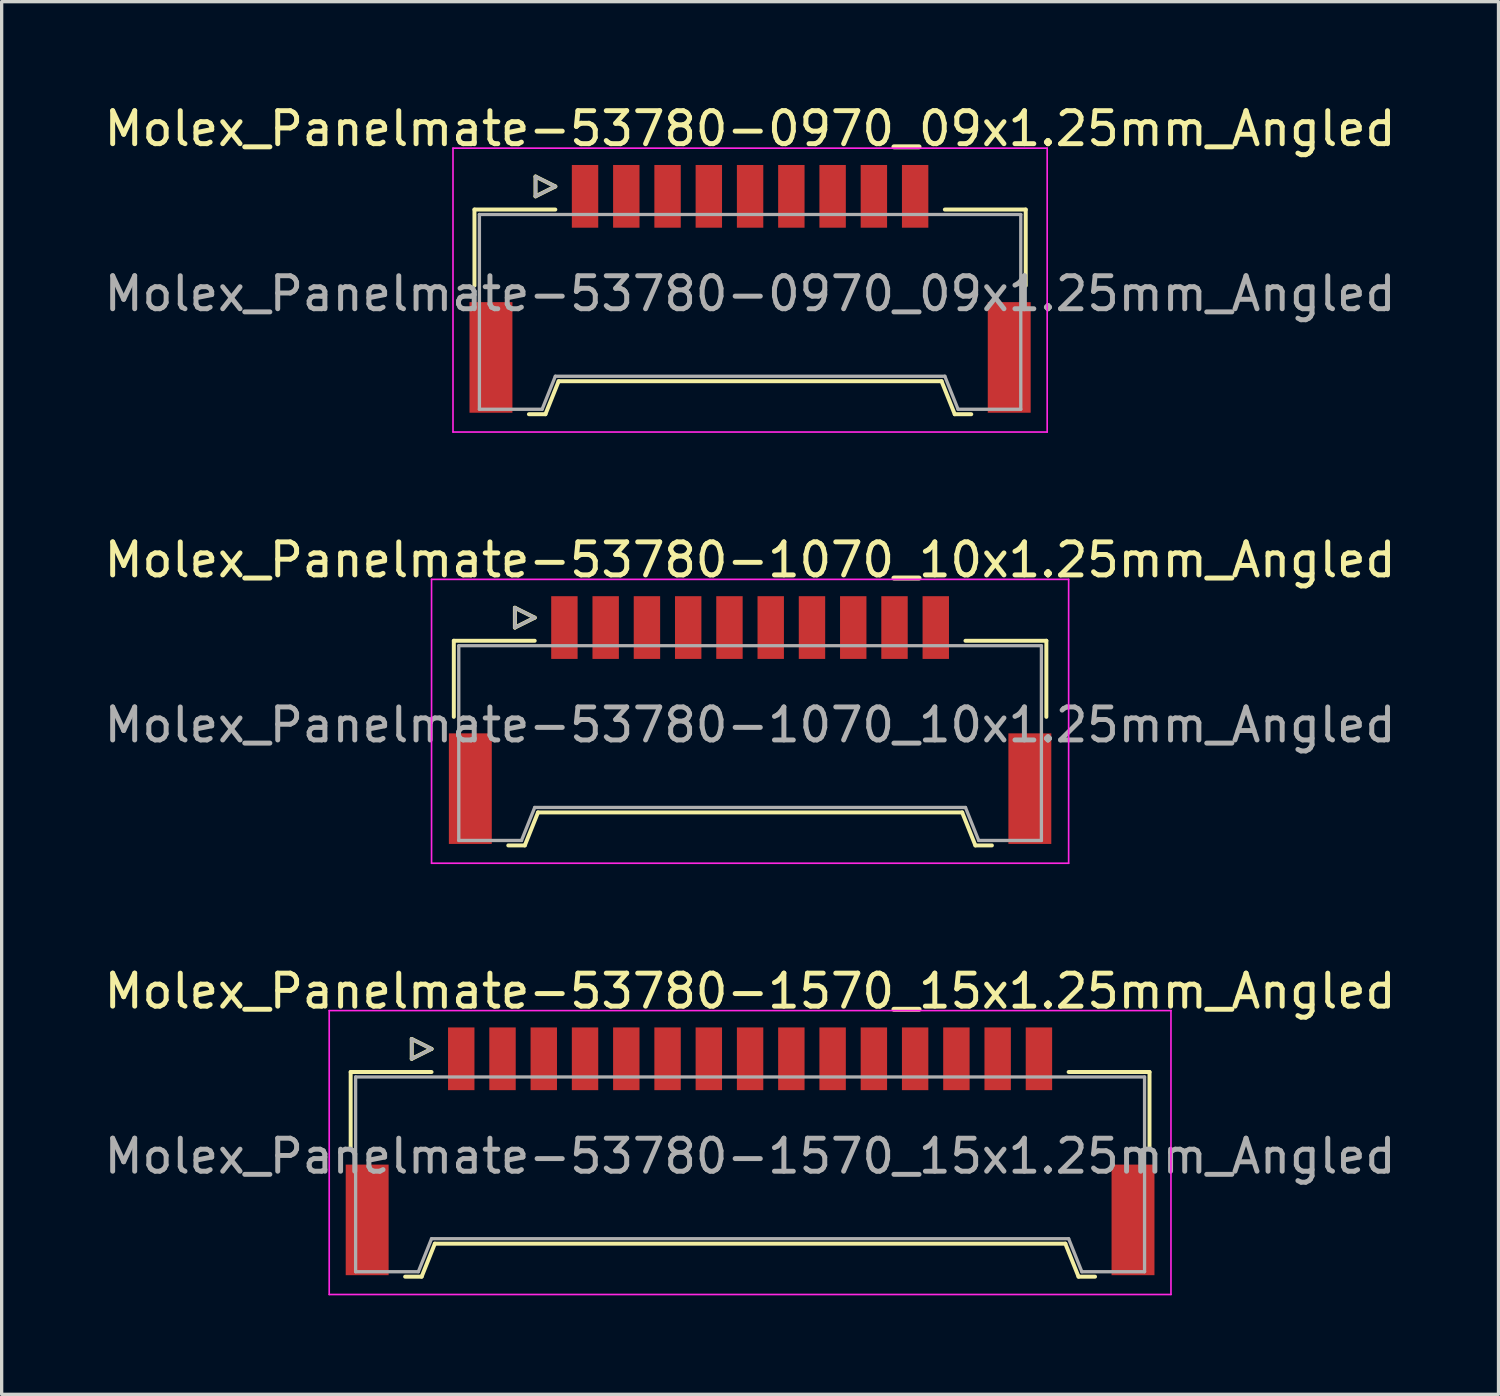
<source format=kicad_pcb>
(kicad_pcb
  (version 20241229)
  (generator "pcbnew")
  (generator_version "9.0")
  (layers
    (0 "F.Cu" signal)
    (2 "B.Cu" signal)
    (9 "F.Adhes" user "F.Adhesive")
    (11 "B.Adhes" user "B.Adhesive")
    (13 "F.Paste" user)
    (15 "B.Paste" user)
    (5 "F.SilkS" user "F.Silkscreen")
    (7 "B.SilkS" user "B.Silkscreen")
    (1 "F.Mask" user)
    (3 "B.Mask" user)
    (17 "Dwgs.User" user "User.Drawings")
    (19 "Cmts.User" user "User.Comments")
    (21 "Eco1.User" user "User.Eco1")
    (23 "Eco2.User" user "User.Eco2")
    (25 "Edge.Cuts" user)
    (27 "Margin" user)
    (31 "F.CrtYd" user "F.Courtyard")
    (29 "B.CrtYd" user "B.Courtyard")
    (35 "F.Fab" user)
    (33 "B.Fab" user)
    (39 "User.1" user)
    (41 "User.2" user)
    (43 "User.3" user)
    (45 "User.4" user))
  (footprint "Molex_Panelmate-53780-1070_10x1.25mm_Angled"
    (layer "F.Cu")
    (at 19.673 18.401)
    (property "Reference" "Molex_Panelmate-53780-1070_10x1.25mm_Angled" (at 0 -4.49 0) (layer "F.SilkS") (effects (font (size 1 1) (thickness 0.15))))
    (attr smd)
    (fp_line (start -8.975 -2.04) (end -8.975 0.265) (stroke (width 0.12) (type solid)) (layer "F.SilkS"))
    (fp_line (start -7.325 4.16) (end -6.825 4.16) (stroke (width 0.12) (type solid)) (layer "F.SilkS"))
    (fp_line (start -7.125 -3.04) (end -7.125 -2.44) (stroke (width 0.12) (type solid)) (layer "F.SilkS"))
    (fp_line (start -7.125 -2.44) (end -6.525 -2.74) (stroke (width 0.12) (type solid)) (layer "F.SilkS"))
    (fp_line (start -6.825 4.16) (end -6.425 3.16) (stroke (width 0.12) (type solid)) (layer "F.SilkS"))
    (fp_line (start -6.525 -2.74) (end -7.125 -3.04) (stroke (width 0.12) (type solid)) (layer "F.SilkS"))
    (fp_line (start -6.525 -2.04) (end -8.975 -2.04) (stroke (width 0.12) (type solid)) (layer "F.SilkS"))
    (fp_line (start -6.425 3.16) (end 6.425 3.16) (stroke (width 0.12) (type solid)) (layer "F.SilkS"))
    (fp_line (start 6.425 3.16) (end 6.825 4.16) (stroke (width 0.12) (type solid)) (layer "F.SilkS"))
    (fp_line (start 6.525 -2.04) (end 8.975 -2.04) (stroke (width 0.12) (type solid)) (layer "F.SilkS"))
    (fp_line (start 6.825 4.16) (end 7.325 4.16) (stroke (width 0.12) (type solid)) (layer "F.SilkS"))
    (fp_line (start 8.975 -2.04) (end 8.975 0.265) (stroke (width 0.12) (type solid)) (layer "F.SilkS"))
    (fp_line (start -9.65 -3.9) (end -9.65 4.7) (stroke (width 0.05) (type solid)) (layer "F.CrtYd"))
    (fp_line (start -9.65 4.7) (end 9.65 4.7) (stroke (width 0.05) (type solid)) (layer "F.CrtYd"))
    (fp_line (start 9.65 -3.9) (end -9.65 -3.9) (stroke (width 0.05) (type solid)) (layer "F.CrtYd"))
    (fp_line (start 9.65 4.7) (end 9.65 -3.9) (stroke (width 0.05) (type solid)) (layer "F.CrtYd"))
    (fp_line (start -8.825 -1.89) (end -8.825 4.01) (stroke (width 0.1) (type solid)) (layer "F.Fab"))
    (fp_line (start -8.825 4.01) (end -6.925 4.01) (stroke (width 0.1) (type solid)) (layer "F.Fab"))
    (fp_line (start -7.125 -3.04) (end -7.125 -2.44) (stroke (width 0.1) (type solid)) (layer "F.Fab"))
    (fp_line (start -7.125 -2.44) (end -6.525 -2.74) (stroke (width 0.1) (type solid)) (layer "F.Fab"))
    (fp_line (start -6.925 4.01) (end -6.525 3.01) (stroke (width 0.1) (type solid)) (layer "F.Fab"))
    (fp_line (start -6.525 -2.74) (end -7.125 -3.04) (stroke (width 0.1) (type solid)) (layer "F.Fab"))
    (fp_line (start -6.525 3.01) (end 6.525 3.01) (stroke (width 0.1) (type solid)) (layer "F.Fab"))
    (fp_line (start 6.525 3.01) (end 6.925 4.01) (stroke (width 0.1) (type solid)) (layer "F.Fab"))
    (fp_line (start 6.925 4.01) (end 8.825 4.01) (stroke (width 0.1) (type solid)) (layer "F.Fab"))
    (fp_line (start 8.825 -1.89) (end -8.825 -1.89) (stroke (width 0.1) (type solid)) (layer "F.Fab"))
    (fp_line (start 8.825 4.01) (end 8.825 -1.89) (stroke (width 0.1) (type solid)) (layer "F.Fab"))
    (fp_text user "${REFERENCE}" (at 0 0.51 0) (layer "F.Fab") (effects (font (size 1 1) (thickness 0.15))))
    (pad "" smd rect (at -8.475 2.44) (size 1.3 3.35) (layers "F.Cu" "F.Mask" "F.Paste"))
    (pad "" smd rect (at 8.475 2.44) (size 1.3 3.35) (layers "F.Cu" "F.Mask" "F.Paste"))
    (pad "1" smd rect (at -5.625 -2.44) (size 0.8 1.9) (layers "F.Cu" "F.Mask" "F.Paste"))
    (pad "2" smd rect (at -4.375 -2.44) (size 0.8 1.9) (layers "F.Cu" "F.Mask" "F.Paste"))
    (pad "3" smd rect (at -3.125 -2.44) (size 0.8 1.9) (layers "F.Cu" "F.Mask" "F.Paste"))
    (pad "4" smd rect (at -1.875 -2.44) (size 0.8 1.9) (layers "F.Cu" "F.Mask" "F.Paste"))
    (pad "5" smd rect (at -0.625 -2.44) (size 0.8 1.9) (layers "F.Cu" "F.Mask" "F.Paste"))
    (pad "6" smd rect (at 0.625 -2.44) (size 0.8 1.9) (layers "F.Cu" "F.Mask" "F.Paste"))
    (pad "7" smd rect (at 1.875 -2.44) (size 0.8 1.9) (layers "F.Cu" "F.Mask" "F.Paste"))
    (pad "8" smd rect (at 3.125 -2.44) (size 0.8 1.9) (layers "F.Cu" "F.Mask" "F.Paste"))
    (pad "9" smd rect (at 4.375 -2.44) (size 0.8 1.9) (layers "F.Cu" "F.Mask" "F.Paste"))
    (pad "10" smd rect (at 5.625 -2.44) (size 0.8 1.9) (layers "F.Cu" "F.Mask" "F.Paste")))
  (footprint "Molex_Panelmate-53780-0970_09x1.25mm_Angled"
    (layer "F.Cu")
    (at 19.673 5.338)
    (property "Reference" "Molex_Panelmate-53780-0970_09x1.25mm_Angled" (at 0 -4.49 0) (layer "F.SilkS") (effects (font (size 1 1) (thickness 0.15))))
    (attr smd)
    (fp_line (start -8.35 -2.04) (end -8.35 0.265) (stroke (width 0.12) (type solid)) (layer "F.SilkS"))
    (fp_line (start -6.7 4.16) (end -6.2 4.16) (stroke (width 0.12) (type solid)) (layer "F.SilkS"))
    (fp_line (start -6.5 -3.04) (end -6.5 -2.44) (stroke (width 0.12) (type solid)) (layer "F.SilkS"))
    (fp_line (start -6.5 -2.44) (end -5.9 -2.74) (stroke (width 0.12) (type solid)) (layer "F.SilkS"))
    (fp_line (start -6.2 4.16) (end -5.8 3.16) (stroke (width 0.12) (type solid)) (layer "F.SilkS"))
    (fp_line (start -5.9 -2.74) (end -6.5 -3.04) (stroke (width 0.12) (type solid)) (layer "F.SilkS"))
    (fp_line (start -5.9 -2.04) (end -8.35 -2.04) (stroke (width 0.12) (type solid)) (layer "F.SilkS"))
    (fp_line (start -5.8 3.16) (end 5.8 3.16) (stroke (width 0.12) (type solid)) (layer "F.SilkS"))
    (fp_line (start 5.8 3.16) (end 6.2 4.16) (stroke (width 0.12) (type solid)) (layer "F.SilkS"))
    (fp_line (start 5.9 -2.04) (end 8.35 -2.04) (stroke (width 0.12) (type solid)) (layer "F.SilkS"))
    (fp_line (start 6.2 4.16) (end 6.7 4.16) (stroke (width 0.12) (type solid)) (layer "F.SilkS"))
    (fp_line (start 8.35 -2.04) (end 8.35 0.265) (stroke (width 0.12) (type solid)) (layer "F.SilkS"))
    (fp_line (start -9 -3.9) (end -9 4.7) (stroke (width 0.05) (type solid)) (layer "F.CrtYd"))
    (fp_line (start -9 4.7) (end 9 4.7) (stroke (width 0.05) (type solid)) (layer "F.CrtYd"))
    (fp_line (start 9 -3.9) (end -9 -3.9) (stroke (width 0.05) (type solid)) (layer "F.CrtYd"))
    (fp_line (start 9 4.7) (end 9 -3.9) (stroke (width 0.05) (type solid)) (layer "F.CrtYd"))
    (fp_line (start -8.2 -1.89) (end -8.2 4.01) (stroke (width 0.1) (type solid)) (layer "F.Fab"))
    (fp_line (start -8.2 4.01) (end -6.3 4.01) (stroke (width 0.1) (type solid)) (layer "F.Fab"))
    (fp_line (start -6.5 -3.04) (end -6.5 -2.44) (stroke (width 0.1) (type solid)) (layer "F.Fab"))
    (fp_line (start -6.5 -2.44) (end -5.9 -2.74) (stroke (width 0.1) (type solid)) (layer "F.Fab"))
    (fp_line (start -6.3 4.01) (end -5.9 3.01) (stroke (width 0.1) (type solid)) (layer "F.Fab"))
    (fp_line (start -5.9 -2.74) (end -6.5 -3.04) (stroke (width 0.1) (type solid)) (layer "F.Fab"))
    (fp_line (start -5.9 3.01) (end 5.9 3.01) (stroke (width 0.1) (type solid)) (layer "F.Fab"))
    (fp_line (start 5.9 3.01) (end 6.3 4.01) (stroke (width 0.1) (type solid)) (layer "F.Fab"))
    (fp_line (start 6.3 4.01) (end 8.2 4.01) (stroke (width 0.1) (type solid)) (layer "F.Fab"))
    (fp_line (start 8.2 -1.89) (end -8.2 -1.89) (stroke (width 0.1) (type solid)) (layer "F.Fab"))
    (fp_line (start 8.2 4.01) (end 8.2 -1.89) (stroke (width 0.1) (type solid)) (layer "F.Fab"))
    (fp_text user "${REFERENCE}" (at 0 0.51 0) (layer "F.Fab") (effects (font (size 1 1) (thickness 0.15))))
    (pad "" smd rect (at -7.85 2.44) (size 1.3 3.35) (layers "F.Cu" "F.Mask" "F.Paste"))
    (pad "" smd rect (at 7.85 2.44) (size 1.3 3.35) (layers "F.Cu" "F.Mask" "F.Paste"))
    (pad "1" smd rect (at -5 -2.44) (size 0.8 1.9) (layers "F.Cu" "F.Mask" "F.Paste"))
    (pad "2" smd rect (at -3.75 -2.44) (size 0.8 1.9) (layers "F.Cu" "F.Mask" "F.Paste"))
    (pad "3" smd rect (at -2.5 -2.44) (size 0.8 1.9) (layers "F.Cu" "F.Mask" "F.Paste"))
    (pad "4" smd rect (at -1.25 -2.44) (size 0.8 1.9) (layers "F.Cu" "F.Mask" "F.Paste"))
    (pad "5" smd rect (at 0 -2.44) (size 0.8 1.9) (layers "F.Cu" "F.Mask" "F.Paste"))
    (pad "6" smd rect (at 1.25 -2.44) (size 0.8 1.9) (layers "F.Cu" "F.Mask" "F.Paste"))
    (pad "7" smd rect (at 2.5 -2.44) (size 0.8 1.9) (layers "F.Cu" "F.Mask" "F.Paste"))
    (pad "8" smd rect (at 3.75 -2.44) (size 0.8 1.9) (layers "F.Cu" "F.Mask" "F.Paste"))
    (pad "9" smd rect (at 5 -2.44) (size 0.8 1.9) (layers "F.Cu" "F.Mask" "F.Paste")))
  (footprint "Molex_Panelmate-53780-1570_15x1.25mm_Angled"
    (layer "F.Cu")
    (at 19.673 31.465)
    (property "Reference" "Molex_Panelmate-53780-1570_15x1.25mm_Angled" (at 0 -4.49 0) (layer "F.SilkS") (effects (font (size 1 1) (thickness 0.15))))
    (attr smd)
    (fp_line (start -12.1 -2.04) (end -12.1 0.265) (stroke (width 0.12) (type solid)) (layer "F.SilkS"))
    (fp_line (start -10.45 4.16) (end -9.95 4.16) (stroke (width 0.12) (type solid)) (layer "F.SilkS"))
    (fp_line (start -10.25 -3.04) (end -10.25 -2.44) (stroke (width 0.12) (type solid)) (layer "F.SilkS"))
    (fp_line (start -10.25 -2.44) (end -9.65 -2.74) (stroke (width 0.12) (type solid)) (layer "F.SilkS"))
    (fp_line (start -9.95 4.16) (end -9.55 3.16) (stroke (width 0.12) (type solid)) (layer "F.SilkS"))
    (fp_line (start -9.65 -2.74) (end -10.25 -3.04) (stroke (width 0.12) (type solid)) (layer "F.SilkS"))
    (fp_line (start -9.65 -2.04) (end -12.1 -2.04) (stroke (width 0.12) (type solid)) (layer "F.SilkS"))
    (fp_line (start -9.55 3.16) (end 9.55 3.16) (stroke (width 0.12) (type solid)) (layer "F.SilkS"))
    (fp_line (start 9.55 3.16) (end 9.95 4.16) (stroke (width 0.12) (type solid)) (layer "F.SilkS"))
    (fp_line (start 9.65 -2.04) (end 12.1 -2.04) (stroke (width 0.12) (type solid)) (layer "F.SilkS"))
    (fp_line (start 9.95 4.16) (end 10.45 4.16) (stroke (width 0.12) (type solid)) (layer "F.SilkS"))
    (fp_line (start 12.1 -2.04) (end 12.1 0.265) (stroke (width 0.12) (type solid)) (layer "F.SilkS"))
    (fp_line (start -12.75 -3.9) (end -12.75 4.7) (stroke (width 0.05) (type solid)) (layer "F.CrtYd"))
    (fp_line (start -12.75 4.7) (end 12.75 4.7) (stroke (width 0.05) (type solid)) (layer "F.CrtYd"))
    (fp_line (start 12.75 -3.9) (end -12.75 -3.9) (stroke (width 0.05) (type solid)) (layer "F.CrtYd"))
    (fp_line (start 12.75 4.7) (end 12.75 -3.9) (stroke (width 0.05) (type solid)) (layer "F.CrtYd"))
    (fp_line (start -11.95 -1.89) (end -11.95 4.01) (stroke (width 0.1) (type solid)) (layer "F.Fab"))
    (fp_line (start -11.95 4.01) (end -10.05 4.01) (stroke (width 0.1) (type solid)) (layer "F.Fab"))
    (fp_line (start -10.25 -3.04) (end -10.25 -2.44) (stroke (width 0.1) (type solid)) (layer "F.Fab"))
    (fp_line (start -10.25 -2.44) (end -9.65 -2.74) (stroke (width 0.1) (type solid)) (layer "F.Fab"))
    (fp_line (start -10.05 4.01) (end -9.65 3.01) (stroke (width 0.1) (type solid)) (layer "F.Fab"))
    (fp_line (start -9.65 -2.74) (end -10.25 -3.04) (stroke (width 0.1) (type solid)) (layer "F.Fab"))
    (fp_line (start -9.65 3.01) (end 9.65 3.01) (stroke (width 0.1) (type solid)) (layer "F.Fab"))
    (fp_line (start 9.65 3.01) (end 10.05 4.01) (stroke (width 0.1) (type solid)) (layer "F.Fab"))
    (fp_line (start 10.05 4.01) (end 11.95 4.01) (stroke (width 0.1) (type solid)) (layer "F.Fab"))
    (fp_line (start 11.95 -1.89) (end -11.95 -1.89) (stroke (width 0.1) (type solid)) (layer "F.Fab"))
    (fp_line (start 11.95 4.01) (end 11.95 -1.89) (stroke (width 0.1) (type solid)) (layer "F.Fab"))
    (fp_text user "${REFERENCE}" (at 0 0.51 0) (layer "F.Fab") (effects (font (size 1 1) (thickness 0.15))))
    (pad "" smd rect (at -11.6 2.44) (size 1.3 3.35) (layers "F.Cu" "F.Mask" "F.Paste"))
    (pad "" smd rect (at 11.6 2.44) (size 1.3 3.35) (layers "F.Cu" "F.Mask" "F.Paste"))
    (pad "1" smd rect (at -8.75 -2.44) (size 0.8 1.9) (layers "F.Cu" "F.Mask" "F.Paste"))
    (pad "2" smd rect (at -7.5 -2.44) (size 0.8 1.9) (layers "F.Cu" "F.Mask" "F.Paste"))
    (pad "3" smd rect (at -6.25 -2.44) (size 0.8 1.9) (layers "F.Cu" "F.Mask" "F.Paste"))
    (pad "4" smd rect (at -5 -2.44) (size 0.8 1.9) (layers "F.Cu" "F.Mask" "F.Paste"))
    (pad "5" smd rect (at -3.75 -2.44) (size 0.8 1.9) (layers "F.Cu" "F.Mask" "F.Paste"))
    (pad "6" smd rect (at -2.5 -2.44) (size 0.8 1.9) (layers "F.Cu" "F.Mask" "F.Paste"))
    (pad "7" smd rect (at -1.25 -2.44) (size 0.8 1.9) (layers "F.Cu" "F.Mask" "F.Paste"))
    (pad "8" smd rect (at 0 -2.44) (size 0.8 1.9) (layers "F.Cu" "F.Mask" "F.Paste"))
    (pad "9" smd rect (at 1.25 -2.44) (size 0.8 1.9) (layers "F.Cu" "F.Mask" "F.Paste"))
    (pad "10" smd rect (at 2.5 -2.44) (size 0.8 1.9) (layers "F.Cu" "F.Mask" "F.Paste"))
    (pad "11" smd rect (at 3.75 -2.44) (size 0.8 1.9) (layers "F.Cu" "F.Mask" "F.Paste"))
    (pad "12" smd rect (at 5 -2.44) (size 0.8 1.9) (layers "F.Cu" "F.Mask" "F.Paste"))
    (pad "13" smd rect (at 6.25 -2.44) (size 0.8 1.9) (layers "F.Cu" "F.Mask" "F.Paste"))
    (pad "14" smd rect (at 7.5 -2.44) (size 0.8 1.9) (layers "F.Cu" "F.Mask" "F.Paste"))
    (pad "15" smd rect (at 8.75 -2.44) (size 0.8 1.9) (layers "F.Cu" "F.Mask" "F.Paste")))
  (gr_rect
    (start -3 -3)
    (end 42.345 39.19)
    (stroke (width 0.1) (type default))
    (fill no)
    (layer "Edge.Cuts")))
</source>
